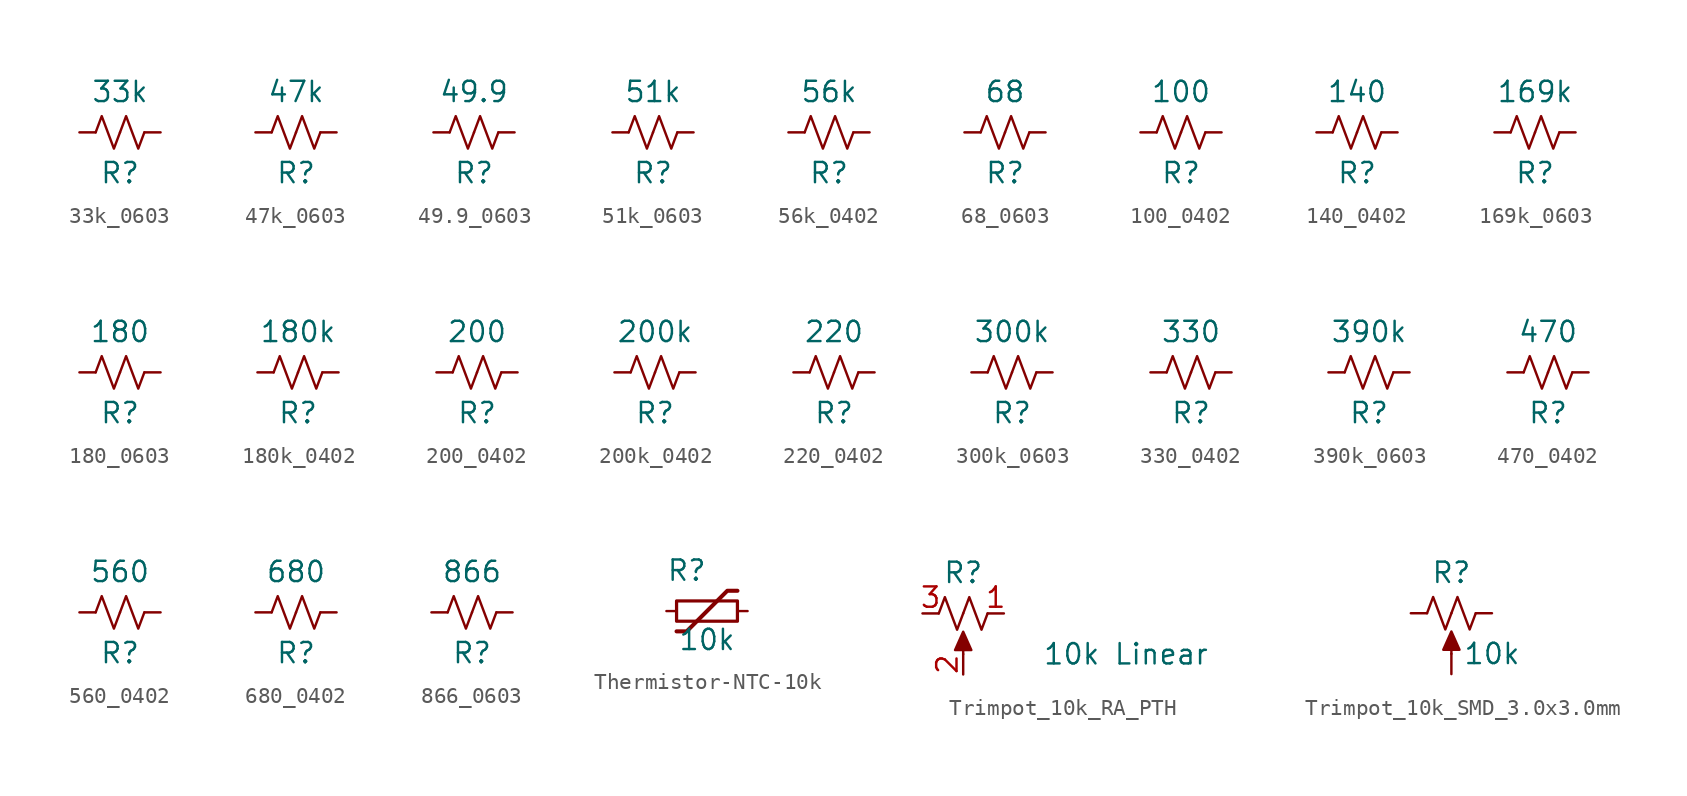
<source format=kicad_sym>
(kicad_symbol_lib
  (version 20231120)
  (generator "kicad_symbol_editor")
  (generator_version "8.0")
  (symbol "33k_0603"
    (pin_numbers hide)
    (pin_names
      (offset 0))
    (property "Reference" "R"
      (at 0 -2.54 0)
      (effects (font (size 1.27 1.27))))
    (property "Value" "33k"
      (at 0 2.54 0)
      (effects (font (size 1.27 1.27))))
    (symbol "33k_0603_0_1"
      (polyline (pts (xy -1.524 0) (xy -1.143 1.016) (xy -0.762 0) (xy -0.381 -1.016) (xy 0 0)) (stroke (width 0) (type default)) (fill (type none)))
      (polyline (pts (xy 0 0) (xy 0.381 1.016) (xy 0.762 0) (xy 1.143 -1.016) (xy 1.524 0)) (stroke (width 0) (type default)) (fill (type none))))
    (symbol "33k_0603_1_1"
      (pin passive line (at -2.54 0 0) (length 1.016) (name "~" (effects (font (size 1.27 1.27)))) (number "1" (effects (font (size 1.27 1.27)))))
      (pin passive line (at 2.54 0 180) (length 1.016) (name "~" (effects (font (size 1.27 1.27)))) (number "2" (effects (font (size 1.27 1.27)))))))
  (symbol "47k_0603"
    (pin_numbers hide)
    (pin_names
      (offset 0))
    (property "Reference" "R"
      (at 0 -2.54 0)
      (effects (font (size 1.27 1.27))))
    (property "Value" "47k"
      (at 0 2.54 0)
      (effects (font (size 1.27 1.27))))
    (symbol "47k_0603_0_1"
      (polyline (pts (xy -1.524 0) (xy -1.143 1.016) (xy -0.762 0) (xy -0.381 -1.016) (xy 0 0)) (stroke (width 0) (type default)) (fill (type none)))
      (polyline (pts (xy 0 0) (xy 0.381 1.016) (xy 0.762 0) (xy 1.143 -1.016) (xy 1.524 0)) (stroke (width 0) (type default)) (fill (type none))))
    (symbol "47k_0603_1_1"
      (pin passive line (at -2.54 0 0) (length 1.016) (name "~" (effects (font (size 1.27 1.27)))) (number "1" (effects (font (size 1.27 1.27)))))
      (pin passive line (at 2.54 0 180) (length 1.016) (name "~" (effects (font (size 1.27 1.27)))) (number "2" (effects (font (size 1.27 1.27)))))))
  (symbol "49.9_0603"
    (pin_numbers hide)
    (pin_names
      (offset 0))
    (property "Reference" "R"
      (at 0 -2.54 0)
      (effects (font (size 1.27 1.27))))
    (property "Value" "49.9"
      (at 0 2.54 0)
      (effects (font (size 1.27 1.27))))
    (symbol "49.9_0603_0_1"
      (polyline (pts (xy -1.524 0) (xy -1.143 1.016) (xy -0.762 0) (xy -0.381 -1.016) (xy 0 0)) (stroke (width 0) (type default)) (fill (type none)))
      (polyline (pts (xy 0 0) (xy 0.381 1.016) (xy 0.762 0) (xy 1.143 -1.016) (xy 1.524 0)) (stroke (width 0) (type default)) (fill (type none))))
    (symbol "49.9_0603_1_1"
      (pin passive line (at -2.54 0 0) (length 1.016) (name "~" (effects (font (size 1.27 1.27)))) (number "1" (effects (font (size 1.27 1.27)))))
      (pin passive line (at 2.54 0 180) (length 1.016) (name "~" (effects (font (size 1.27 1.27)))) (number "2" (effects (font (size 1.27 1.27)))))))
  (symbol "51k_0603"
    (pin_numbers hide)
    (pin_names
      (offset 0))
    (property "Reference" "R"
      (at 0 -2.54 0)
      (effects (font (size 1.27 1.27))))
    (property "Value" "51k"
      (at 0 2.54 0)
      (effects (font (size 1.27 1.27))))
    (symbol "51k_0603_0_1"
      (polyline (pts (xy -1.524 0) (xy -1.143 1.016) (xy -0.762 0) (xy -0.381 -1.016) (xy 0 0)) (stroke (width 0) (type default)) (fill (type none)))
      (polyline (pts (xy 0 0) (xy 0.381 1.016) (xy 0.762 0) (xy 1.143 -1.016) (xy 1.524 0)) (stroke (width 0) (type default)) (fill (type none))))
    (symbol "51k_0603_1_1"
      (pin passive line (at -2.54 0 0) (length 1.016) (name "~" (effects (font (size 1.27 1.27)))) (number "1" (effects (font (size 1.27 1.27)))))
      (pin passive line (at 2.54 0 180) (length 1.016) (name "~" (effects (font (size 1.27 1.27)))) (number "2" (effects (font (size 1.27 1.27)))))))
  (symbol "56k_0402"
    (pin_numbers hide)
    (pin_names
      (offset 0))
    (property "Reference" "R"
      (at 0 -2.54 0)
      (effects (font (size 1.27 1.27))))
    (property "Value" "56k"
      (at 0 2.54 0)
      (effects (font (size 1.27 1.27))))
    (symbol "56k_0402_0_1"
      (polyline (pts (xy -1.524 0) (xy -1.143 1.016) (xy -0.762 0) (xy -0.381 -1.016) (xy 0 0)) (stroke (width 0) (type default)) (fill (type none)))
      (polyline (pts (xy 0 0) (xy 0.381 1.016) (xy 0.762 0) (xy 1.143 -1.016) (xy 1.524 0)) (stroke (width 0) (type default)) (fill (type none))))
    (symbol "56k_0402_1_1"
      (pin passive line (at -2.54 0 0) (length 1.016) (name "~" (effects (font (size 1.27 1.27)))) (number "1" (effects (font (size 1.27 1.27)))))
      (pin passive line (at 2.54 0 180) (length 1.016) (name "~" (effects (font (size 1.27 1.27)))) (number "2" (effects (font (size 1.27 1.27)))))))
  (symbol "68_0603"
    (pin_numbers hide)
    (pin_names
      (offset 0))
    (property "Reference" "R"
      (at 0 -2.54 0)
      (effects (font (size 1.27 1.27))))
    (property "Value" "68"
      (at 0 2.54 0)
      (effects (font (size 1.27 1.27))))
    (symbol "68_0603_0_1"
      (polyline (pts (xy -1.524 0) (xy -1.143 1.016) (xy -0.762 0) (xy -0.381 -1.016) (xy 0 0)) (stroke (width 0) (type default)) (fill (type none)))
      (polyline (pts (xy 0 0) (xy 0.381 1.016) (xy 0.762 0) (xy 1.143 -1.016) (xy 1.524 0)) (stroke (width 0) (type default)) (fill (type none))))
    (symbol "68_0603_1_1"
      (pin passive line (at -2.54 0 0) (length 1.016) (name "~" (effects (font (size 1.27 1.27)))) (number "1" (effects (font (size 1.27 1.27)))))
      (pin passive line (at 2.54 0 180) (length 1.016) (name "~" (effects (font (size 1.27 1.27)))) (number "2" (effects (font (size 1.27 1.27)))))))
  (symbol "100_0402"
    (pin_numbers hide)
    (pin_names
      (offset 0))
    (property "Reference" "R"
      (at 0 -2.54 0)
      (effects (font (size 1.27 1.27))))
    (property "Value" "100"
      (at 0 2.54 0)
      (effects (font (size 1.27 1.27))))
    (symbol "100_0402_0_1"
      (polyline (pts (xy -1.524 0) (xy -1.143 1.016) (xy -0.762 0) (xy -0.381 -1.016) (xy 0 0)) (stroke (width 0) (type default)) (fill (type none)))
      (polyline (pts (xy 0 0) (xy 0.381 1.016) (xy 0.762 0) (xy 1.143 -1.016) (xy 1.524 0)) (stroke (width 0) (type default)) (fill (type none))))
    (symbol "100_0402_1_1"
      (pin passive line (at -2.54 0 0) (length 1.016) (name "~" (effects (font (size 1.27 1.27)))) (number "1" (effects (font (size 1.27 1.27)))))
      (pin passive line (at 2.54 0 180) (length 1.016) (name "~" (effects (font (size 1.27 1.27)))) (number "2" (effects (font (size 1.27 1.27)))))))
  (symbol "140_0402"
    (pin_numbers hide)
    (pin_names
      (offset 0))
    (property "Reference" "R"
      (at 0 -2.54 0)
      (effects (font (size 1.27 1.27))))
    (property "Value" "140"
      (at 0 2.54 0)
      (effects (font (size 1.27 1.27))))
    (symbol "140_0402_0_1"
      (polyline (pts (xy -1.524 0) (xy -1.143 1.016) (xy -0.762 0) (xy -0.381 -1.016) (xy 0 0)) (stroke (width 0) (type default)) (fill (type none)))
      (polyline (pts (xy 0 0) (xy 0.381 1.016) (xy 0.762 0) (xy 1.143 -1.016) (xy 1.524 0)) (stroke (width 0) (type default)) (fill (type none))))
    (symbol "140_0402_1_1"
      (pin passive line (at -2.54 0 0) (length 1.016) (name "~" (effects (font (size 1.27 1.27)))) (number "1" (effects (font (size 1.27 1.27)))))
      (pin passive line (at 2.54 0 180) (length 1.016) (name "~" (effects (font (size 1.27 1.27)))) (number "2" (effects (font (size 1.27 1.27)))))))
  (symbol "169k_0603"
    (pin_numbers hide)
    (pin_names
      (offset 0))
    (property "Reference" "R"
      (at 0 -2.54 0)
      (effects (font (size 1.27 1.27))))
    (property "Value" "169k"
      (at 0 2.54 0)
      (effects (font (size 1.27 1.27))))
    (symbol "169k_0603_0_1"
      (polyline (pts (xy -1.524 0) (xy -1.143 1.016) (xy -0.762 0) (xy -0.381 -1.016) (xy 0 0)) (stroke (width 0) (type default)) (fill (type none)))
      (polyline (pts (xy 0 0) (xy 0.381 1.016) (xy 0.762 0) (xy 1.143 -1.016) (xy 1.524 0)) (stroke (width 0) (type default)) (fill (type none))))
    (symbol "169k_0603_1_1"
      (pin passive line (at -2.54 0 0) (length 1.016) (name "~" (effects (font (size 1.27 1.27)))) (number "1" (effects (font (size 1.27 1.27)))))
      (pin passive line (at 2.54 0 180) (length 1.016) (name "~" (effects (font (size 1.27 1.27)))) (number "2" (effects (font (size 1.27 1.27)))))))
  (symbol "180_0603"
    (pin_numbers hide)
    (pin_names
      (offset 0))
    (property "Reference" "R"
      (at 0 -2.54 0)
      (effects (font (size 1.27 1.27))))
    (property "Value" "180"
      (at 0 2.54 0)
      (effects (font (size 1.27 1.27))))
    (symbol "180_0603_0_1"
      (polyline (pts (xy -1.524 0) (xy -1.143 1.016) (xy -0.762 0) (xy -0.381 -1.016) (xy 0 0)) (stroke (width 0) (type default)) (fill (type none)))
      (polyline (pts (xy 0 0) (xy 0.381 1.016) (xy 0.762 0) (xy 1.143 -1.016) (xy 1.524 0)) (stroke (width 0) (type default)) (fill (type none))))
    (symbol "180_0603_1_1"
      (pin passive line (at -2.54 0 0) (length 1.016) (name "~" (effects (font (size 1.27 1.27)))) (number "1" (effects (font (size 1.27 1.27)))))
      (pin passive line (at 2.54 0 180) (length 1.016) (name "~" (effects (font (size 1.27 1.27)))) (number "2" (effects (font (size 1.27 1.27)))))))
  (symbol "180k_0402"
    (pin_numbers hide)
    (pin_names
      (offset 0))
    (property "Reference" "R"
      (at 0 -2.54 0)
      (effects (font (size 1.27 1.27))))
    (property "Value" "180k"
      (at 0 2.54 0)
      (effects (font (size 1.27 1.27))))
    (symbol "180k_0402_0_1"
      (polyline (pts (xy -1.524 0) (xy -1.143 1.016) (xy -0.762 0) (xy -0.381 -1.016) (xy 0 0)) (stroke (width 0) (type default)) (fill (type none)))
      (polyline (pts (xy 0 0) (xy 0.381 1.016) (xy 0.762 0) (xy 1.143 -1.016) (xy 1.524 0)) (stroke (width 0) (type default)) (fill (type none))))
    (symbol "180k_0402_1_1"
      (pin passive line (at -2.54 0 0) (length 1.016) (name "~" (effects (font (size 1.27 1.27)))) (number "1" (effects (font (size 1.27 1.27)))))
      (pin passive line (at 2.54 0 180) (length 1.016) (name "~" (effects (font (size 1.27 1.27)))) (number "2" (effects (font (size 1.27 1.27)))))))
  (symbol "200_0402"
    (pin_numbers hide)
    (pin_names
      (offset 0))
    (property "Reference" "R"
      (at 0 -2.54 0)
      (effects (font (size 1.27 1.27))))
    (property "Value" "200"
      (at 0 2.54 0)
      (effects (font (size 1.27 1.27))))
    (symbol "200_0402_0_1"
      (polyline (pts (xy -1.524 0) (xy -1.143 1.016) (xy -0.762 0) (xy -0.381 -1.016) (xy 0 0)) (stroke (width 0) (type default)) (fill (type none)))
      (polyline (pts (xy 0 0) (xy 0.381 1.016) (xy 0.762 0) (xy 1.143 -1.016) (xy 1.524 0)) (stroke (width 0) (type default)) (fill (type none))))
    (symbol "200_0402_1_1"
      (pin passive line (at -2.54 0 0) (length 1.016) (name "~" (effects (font (size 1.27 1.27)))) (number "1" (effects (font (size 1.27 1.27)))))
      (pin passive line (at 2.54 0 180) (length 1.016) (name "~" (effects (font (size 1.27 1.27)))) (number "2" (effects (font (size 1.27 1.27)))))))
  (symbol "200k_0402"
    (pin_numbers hide)
    (pin_names
      (offset 0))
    (property "Reference" "R"
      (at 0 -2.54 0)
      (effects (font (size 1.27 1.27))))
    (property "Value" "200k"
      (at 0 2.54 0)
      (effects (font (size 1.27 1.27))))
    (symbol "200k_0402_0_1"
      (polyline (pts (xy -1.524 0) (xy -1.143 1.016) (xy -0.762 0) (xy -0.381 -1.016) (xy 0 0)) (stroke (width 0) (type default)) (fill (type none)))
      (polyline (pts (xy 0 0) (xy 0.381 1.016) (xy 0.762 0) (xy 1.143 -1.016) (xy 1.524 0)) (stroke (width 0) (type default)) (fill (type none))))
    (symbol "200k_0402_1_1"
      (pin passive line (at -2.54 0 0) (length 1.016) (name "~" (effects (font (size 1.27 1.27)))) (number "1" (effects (font (size 1.27 1.27)))))
      (pin passive line (at 2.54 0 180) (length 1.016) (name "~" (effects (font (size 1.27 1.27)))) (number "2" (effects (font (size 1.27 1.27)))))))
  (symbol "220_0402"
    (pin_numbers hide)
    (pin_names
      (offset 0))
    (property "Reference" "R"
      (at 0 -2.54 0)
      (effects (font (size 1.27 1.27))))
    (property "Value" "220"
      (at 0 2.54 0)
      (effects (font (size 1.27 1.27))))
    (symbol "220_0402_0_1"
      (polyline (pts (xy -1.524 0) (xy -1.143 1.016) (xy -0.762 0) (xy -0.381 -1.016) (xy 0 0)) (stroke (width 0) (type default)) (fill (type none)))
      (polyline (pts (xy 0 0) (xy 0.381 1.016) (xy 0.762 0) (xy 1.143 -1.016) (xy 1.524 0)) (stroke (width 0) (type default)) (fill (type none))))
    (symbol "220_0402_1_1"
      (pin passive line (at -2.54 0 0) (length 1.016) (name "~" (effects (font (size 1.27 1.27)))) (number "1" (effects (font (size 1.27 1.27)))))
      (pin passive line (at 2.54 0 180) (length 1.016) (name "~" (effects (font (size 1.27 1.27)))) (number "2" (effects (font (size 1.27 1.27)))))))
  (symbol "300k_0603"
    (pin_numbers hide)
    (pin_names
      (offset 0))
    (property "Reference" "R"
      (at 0 -2.54 0)
      (effects (font (size 1.27 1.27))))
    (property "Value" "300k"
      (at 0 2.54 0)
      (effects (font (size 1.27 1.27))))
    (symbol "300k_0603_0_1"
      (polyline (pts (xy -1.524 0) (xy -1.143 1.016) (xy -0.762 0) (xy -0.381 -1.016) (xy 0 0)) (stroke (width 0) (type default)) (fill (type none)))
      (polyline (pts (xy 0 0) (xy 0.381 1.016) (xy 0.762 0) (xy 1.143 -1.016) (xy 1.524 0)) (stroke (width 0) (type default)) (fill (type none))))
    (symbol "300k_0603_1_1"
      (pin passive line (at -2.54 0 0) (length 1.016) (name "~" (effects (font (size 1.27 1.27)))) (number "1" (effects (font (size 1.27 1.27)))))
      (pin passive line (at 2.54 0 180) (length 1.016) (name "~" (effects (font (size 1.27 1.27)))) (number "2" (effects (font (size 1.27 1.27)))))))
  (symbol "330_0402"
    (pin_numbers hide)
    (pin_names
      (offset 0))
    (property "Reference" "R"
      (at 0 -2.54 0)
      (effects (font (size 1.27 1.27))))
    (property "Value" "330"
      (at 0 2.54 0)
      (effects (font (size 1.27 1.27))))
    (symbol "330_0402_0_1"
      (polyline (pts (xy -1.524 0) (xy -1.143 1.016) (xy -0.762 0) (xy -0.381 -1.016) (xy 0 0)) (stroke (width 0) (type default)) (fill (type none)))
      (polyline (pts (xy 0 0) (xy 0.381 1.016) (xy 0.762 0) (xy 1.143 -1.016) (xy 1.524 0)) (stroke (width 0) (type default)) (fill (type none))))
    (symbol "330_0402_1_1"
      (pin passive line (at -2.54 0 0) (length 1.016) (name "~" (effects (font (size 1.27 1.27)))) (number "1" (effects (font (size 1.27 1.27)))))
      (pin passive line (at 2.54 0 180) (length 1.016) (name "~" (effects (font (size 1.27 1.27)))) (number "2" (effects (font (size 1.27 1.27)))))))
  (symbol "390k_0603"
    (pin_numbers hide)
    (pin_names
      (offset 0))
    (property "Reference" "R"
      (at 0 -2.54 0)
      (effects (font (size 1.27 1.27))))
    (property "Value" "390k"
      (at 0 2.54 0)
      (effects (font (size 1.27 1.27))))
    (symbol "390k_0603_0_1"
      (polyline (pts (xy -1.524 0) (xy -1.143 1.016) (xy -0.762 0) (xy -0.381 -1.016) (xy 0 0)) (stroke (width 0) (type default)) (fill (type none)))
      (polyline (pts (xy 0 0) (xy 0.381 1.016) (xy 0.762 0) (xy 1.143 -1.016) (xy 1.524 0)) (stroke (width 0) (type default)) (fill (type none))))
    (symbol "390k_0603_1_1"
      (pin passive line (at -2.54 0 0) (length 1.016) (name "~" (effects (font (size 1.27 1.27)))) (number "1" (effects (font (size 1.27 1.27)))))
      (pin passive line (at 2.54 0 180) (length 1.016) (name "~" (effects (font (size 1.27 1.27)))) (number "2" (effects (font (size 1.27 1.27)))))))
  (symbol "470_0402"
    (pin_numbers hide)
    (pin_names
      (offset 0))
    (property "Reference" "R"
      (at 0 -2.54 0)
      (effects (font (size 1.27 1.27))))
    (property "Value" "470"
      (at 0 2.54 0)
      (effects (font (size 1.27 1.27))))
    (symbol "470_0402_0_1"
      (polyline (pts (xy -1.524 0) (xy -1.143 1.016) (xy -0.762 0) (xy -0.381 -1.016) (xy 0 0)) (stroke (width 0) (type default)) (fill (type none)))
      (polyline (pts (xy 0 0) (xy 0.381 1.016) (xy 0.762 0) (xy 1.143 -1.016) (xy 1.524 0)) (stroke (width 0) (type default)) (fill (type none))))
    (symbol "470_0402_1_1"
      (pin passive line (at -2.54 0 0) (length 1.016) (name "~" (effects (font (size 1.27 1.27)))) (number "1" (effects (font (size 1.27 1.27)))))
      (pin passive line (at 2.54 0 180) (length 1.016) (name "~" (effects (font (size 1.27 1.27)))) (number "2" (effects (font (size 1.27 1.27)))))))
  (symbol "560_0402"
    (pin_numbers hide)
    (pin_names
      (offset 0))
    (property "Reference" "R"
      (at 0 -2.54 0)
      (effects (font (size 1.27 1.27))))
    (property "Value" "560"
      (at 0 2.54 0)
      (effects (font (size 1.27 1.27))))
    (symbol "560_0402_0_1"
      (polyline (pts (xy -1.524 0) (xy -1.143 1.016) (xy -0.762 0) (xy -0.381 -1.016) (xy 0 0)) (stroke (width 0) (type default)) (fill (type none)))
      (polyline (pts (xy 0 0) (xy 0.381 1.016) (xy 0.762 0) (xy 1.143 -1.016) (xy 1.524 0)) (stroke (width 0) (type default)) (fill (type none))))
    (symbol "560_0402_1_1"
      (pin passive line (at -2.54 0 0) (length 1.016) (name "~" (effects (font (size 1.27 1.27)))) (number "1" (effects (font (size 1.27 1.27)))))
      (pin passive line (at 2.54 0 180) (length 1.016) (name "~" (effects (font (size 1.27 1.27)))) (number "2" (effects (font (size 1.27 1.27)))))))
  (symbol "680_0402"
    (pin_numbers hide)
    (pin_names
      (offset 0))
    (property "Reference" "R"
      (at 0 -2.54 0)
      (effects (font (size 1.27 1.27))))
    (property "Value" "680"
      (at 0 2.54 0)
      (effects (font (size 1.27 1.27))))
    (symbol "680_0402_0_1"
      (polyline (pts (xy -1.524 0) (xy -1.143 1.016) (xy -0.762 0) (xy -0.381 -1.016) (xy 0 0)) (stroke (width 0) (type default)) (fill (type none)))
      (polyline (pts (xy 0 0) (xy 0.381 1.016) (xy 0.762 0) (xy 1.143 -1.016) (xy 1.524 0)) (stroke (width 0) (type default)) (fill (type none))))
    (symbol "680_0402_1_1"
      (pin passive line (at -2.54 0 0) (length 1.016) (name "~" (effects (font (size 1.27 1.27)))) (number "1" (effects (font (size 1.27 1.27)))))
      (pin passive line (at 2.54 0 180) (length 1.016) (name "~" (effects (font (size 1.27 1.27)))) (number "2" (effects (font (size 1.27 1.27)))))))
  (symbol "866_0603"
    (pin_numbers hide)
    (pin_names
      (offset 0))
    (property "Reference" "R"
      (at 0 -2.54 0)
      (effects (font (size 1.27 1.27))))
    (property "Value" "866"
      (at 0 2.54 0)
      (effects (font (size 1.27 1.27))))
    (symbol "866_0603_0_1"
      (polyline (pts (xy -1.524 0) (xy -1.143 1.016) (xy -0.762 0) (xy -0.381 -1.016) (xy 0 0)) (stroke (width 0) (type default)) (fill (type none)))
      (polyline (pts (xy 0 0) (xy 0.381 1.016) (xy 0.762 0) (xy 1.143 -1.016) (xy 1.524 0)) (stroke (width 0) (type default)) (fill (type none))))
    (symbol "866_0603_1_1"
      (pin passive line (at -2.54 0 0) (length 1.016) (name "~" (effects (font (size 1.27 1.27)))) (number "1" (effects (font (size 1.27 1.27)))))
      (pin passive line (at 2.54 0 180) (length 1.016) (name "~" (effects (font (size 1.27 1.27)))) (number "2" (effects (font (size 1.27 1.27)))))))
  (symbol "Thermistor-NTC-10k"
    (pin_numbers hide)
    (pin_names
      (offset 0))
    (property "Reference" "R"
      (at -1.27 2.54 0)
      (effects (font (size 1.27 1.27))))
    (property "Value" "10k"
      (at 0 -2.54 0)
      (effects (font (size 1.27 1.27)) (justify bottom)))
    (symbol "Thermistor-NTC-10k_0_1"
      (rectangle (start -1.905 0.635) (end 1.905 -0.635) (stroke (width 0.203) (type default)) (fill (type none)))
      (polyline (pts (xy -1.905 -1.27) (xy -1.27 -1.27) (xy 1.27 1.27) (xy 1.905 1.27)) (stroke (width 0.254) (type default)) (fill (type none))))
    (symbol "Thermistor-NTC-10k_1_1"
      (pin passive line (at -2.54 0 0) (length 0.635) (name "~" (effects (font (size 1.27 1.27)))) (number "1" (effects (font (size 1.27 1.27)))))
      (pin passive line (at 2.54 0 180) (length 0.635) (name "~" (effects (font (size 1.27 1.27)))) (number "2" (effects (font (size 1.27 1.27)))))))
  (symbol "Trimpot_10k_RA_PTH"
    (pin_names
      (offset 1.016) hide)
    (property "Reference" "R"
      (at 0 2.54 0)
      (effects (font (size 1.27 1.27))))
    (property "Value" "10k Linear"
      (at 10.16 -2.54 0)
      (effects (font (size 1.27 1.27))))
    (symbol "Trimpot_10k_RA_PTH_0_1"
      (polyline (pts (xy 0 -2.54) (xy 0 -1.524)) (stroke (width 0) (type default)) (fill (type none)))
      (polyline (pts (xy 0 -1.143) (xy 0.508 -2.286) (xy -0.508 -2.286) (xy 0 -1.143)) (stroke (width 0) (type default)) (fill (type outline))))
    (symbol "Trimpot_10k_RA_PTH_1_1"
      (polyline (pts (xy 0 0) (xy -0.381 -1.016) (xy -0.762 0) (xy -1.143 1.016) (xy -1.524 0)) (stroke (width 0) (type default)) (fill (type none)))
      (polyline (pts (xy 1.524 0) (xy 1.143 -1.016) (xy 0.762 0) (xy 0.381 1.016) (xy 0 0)) (stroke (width 0) (type default)) (fill (type none)))
      (pin passive line (at 2.54 0 180) (length 1.016) (name "~" (effects (font (size 1.27 1.27)))) (number "1" (effects (font (size 1.27 1.27)))))
      (pin passive line (at 0 -3.81 90) (length 1.27) (name "2" (effects (font (size 1.27 1.27)))) (number "2" (effects (font (size 1.27 1.27)))))
      (pin passive line (at -2.54 0 0) (length 1.016) (name "~" (effects (font (size 1.27 1.27)))) (number "3" (effects (font (size 1.27 1.27)))))))
  (symbol "Trimpot_10k_SMD_3.0x3.0mm"
    (pin_numbers hide)
    (pin_names
      (offset 1.016) hide)
    (property "Reference" "R"
      (at 0 2.54 0)
      (effects (font (size 1.27 1.27))))
    (property "Value" "10k"
      (at 2.54 -2.54 0)
      (effects (font (size 1.27 1.27))))
    (symbol "Trimpot_10k_SMD_3.0x3.0mm_0_1"
      (polyline (pts (xy 0 -2.54) (xy 0 -1.524)) (stroke (width 0) (type default)) (fill (type none)))
      (polyline (pts (xy 0 -1.143) (xy 0.508 -2.286) (xy -0.508 -2.286) (xy 0 -1.143)) (stroke (width 0) (type default)) (fill (type outline))))
    (symbol "Trimpot_10k_SMD_3.0x3.0mm_1_1"
      (polyline (pts (xy 0 0) (xy -0.381 -1.016) (xy -0.762 0) (xy -1.143 1.016) (xy -1.524 0)) (stroke (width 0) (type default)) (fill (type none)))
      (polyline (pts (xy 1.524 0) (xy 1.143 -1.016) (xy 0.762 0) (xy 0.381 1.016) (xy 0 0)) (stroke (width 0) (type default)) (fill (type none)))
      (pin passive line (at 2.54 0 180) (length 1.016) (name "~" (effects (font (size 1.27 1.27)))) (number "1" (effects (font (size 1.27 1.27)))))
      (pin passive line (at 0 -3.81 90) (length 1.27) (name "2" (effects (font (size 1.27 1.27)))) (number "2" (effects (font (size 1.27 1.27)))))
      (pin passive line (at -2.54 0 0) (length 1.016) (name "~" (effects (font (size 1.27 1.27)))) (number "3" (effects (font (size 1.27 1.27))))))))
</source>
